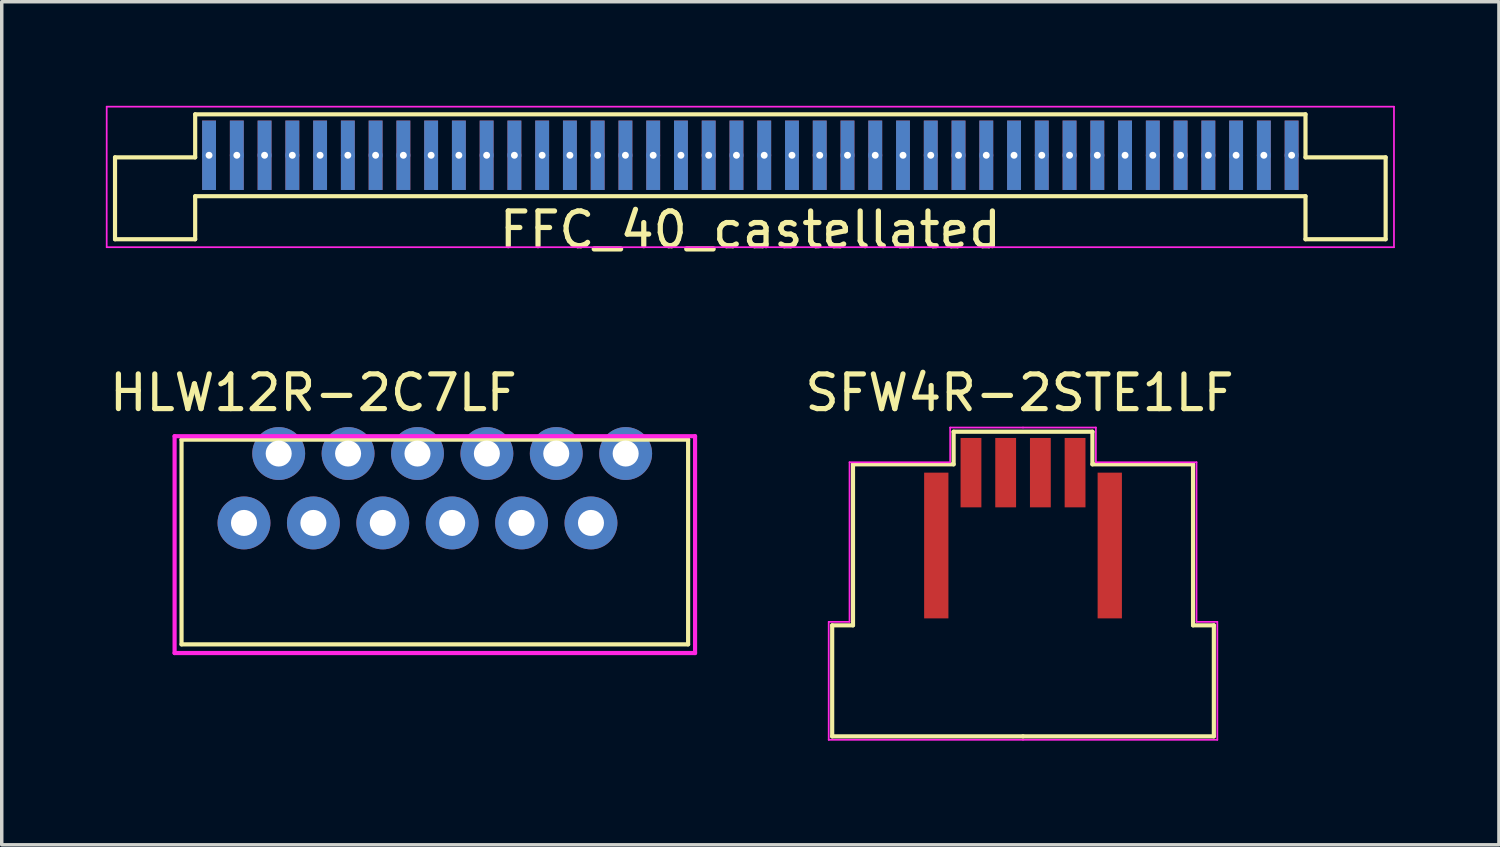
<source format=kicad_pcb>
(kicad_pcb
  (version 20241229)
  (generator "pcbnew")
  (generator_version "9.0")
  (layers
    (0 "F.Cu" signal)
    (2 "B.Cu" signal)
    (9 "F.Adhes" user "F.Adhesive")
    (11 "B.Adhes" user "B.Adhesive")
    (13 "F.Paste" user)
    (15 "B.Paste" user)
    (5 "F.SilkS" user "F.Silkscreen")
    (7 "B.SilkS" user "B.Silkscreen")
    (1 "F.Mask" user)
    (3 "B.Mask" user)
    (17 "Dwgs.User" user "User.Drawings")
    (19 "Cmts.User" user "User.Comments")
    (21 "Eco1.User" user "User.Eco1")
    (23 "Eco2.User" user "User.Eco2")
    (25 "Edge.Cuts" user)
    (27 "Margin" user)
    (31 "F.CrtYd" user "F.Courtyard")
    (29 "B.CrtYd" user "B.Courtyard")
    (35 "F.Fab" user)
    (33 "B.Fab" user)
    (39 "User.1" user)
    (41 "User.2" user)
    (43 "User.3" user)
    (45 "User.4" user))
  (footprint "FFC_40_castellated"
    (layer "F.Cu")
    (at 18.575 1.425)
    (property "Reference" "FFC_40_castellated" (at 0 2.15 0) (layer "F.SilkS") (effects (font (size 1 1) (thickness 0.15))))
    (attr smd)
    (fp_line (start -18.31 0.06) (end -16 0.06) (stroke (width 0.12) (type solid)) (layer "F.SilkS"))
    (fp_line (start -18.31 2.42) (end -18.31 0.06) (stroke (width 0.12) (type solid)) (layer "F.SilkS"))
    (fp_line (start -16 -1.18) (end 16 -1.18) (stroke (width 0.12) (type solid)) (layer "F.SilkS"))
    (fp_line (start -16 0.06) (end -16 -1.18) (stroke (width 0.12) (type solid)) (layer "F.SilkS"))
    (fp_line (start -16 1.18) (end -16 2.42) (stroke (width 0.12) (type solid)) (layer "F.SilkS"))
    (fp_line (start -16 1.18) (end 16 1.18) (stroke (width 0.12) (type solid)) (layer "F.SilkS"))
    (fp_line (start -16 2.42) (end -18.31 2.42) (stroke (width 0.12) (type solid)) (layer "F.SilkS"))
    (fp_line (start 16 0.06) (end 16 -1.18) (stroke (width 0.12) (type solid)) (layer "F.SilkS"))
    (fp_line (start 16 1.18) (end 16 2.42) (stroke (width 0.12) (type solid)) (layer "F.SilkS"))
    (fp_line (start 16 2.42) (end 18.31 2.42) (stroke (width 0.12) (type solid)) (layer "F.SilkS"))
    (fp_line (start 18.31 0.06) (end 16 0.06) (stroke (width 0.12) (type solid)) (layer "F.SilkS"))
    (fp_line (start 18.31 2.42) (end 18.31 0.06) (stroke (width 0.12) (type solid)) (layer "F.SilkS"))
    (fp_line (start -18.55 -1.4) (end -18.55 2.65) (stroke (width 0.05) (type solid)) (layer "F.CrtYd"))
    (fp_line (start -18.55 -1.4) (end 18.55 -1.4) (stroke (width 0.05) (type solid)) (layer "F.CrtYd"))
    (fp_line (start -18.55 2.65) (end 18.55 2.65) (stroke (width 0.05) (type solid)) (layer "F.CrtYd"))
    (fp_line (start 18.55 -1.4) (end 18.55 2.65) (stroke (width 0.05) (type solid)) (layer "F.CrtYd"))
    (pad "1" smd rect (at -15.6 0) (size 0.4 2) (layers "F.Cu" "F.Mask" "F.Paste"))
    (pad "1" smd rect (at -15.6 0) (size 0.4 2) (layers "B.Cu" "B.Mask" "B.Paste"))
    (pad "2" smd rect (at -14.8 0) (size 0.4 2) (layers "F.Cu" "F.Mask" "F.Paste"))
    (pad "2" smd rect (at -14.8 0) (size 0.4 2) (layers "B.Cu" "B.Mask" "B.Paste"))
    (pad "3" smd rect (at -14 0) (size 0.4 2) (layers "F.Cu" "F.Mask" "F.Paste"))
    (pad "3" smd rect (at -14 0) (size 0.4 2) (layers "B.Cu" "B.Mask" "B.Paste"))
    (pad "4" smd rect (at -13.2 0) (size 0.4 2) (layers "F.Cu" "F.Mask" "F.Paste"))
    (pad "4" smd rect (at -13.2 0) (size 0.4 2) (layers "B.Cu" "B.Mask" "B.Paste"))
    (pad "5" smd rect (at -12.4 0) (size 0.4 2) (layers "F.Cu" "F.Mask" "F.Paste"))
    (pad "5" smd rect (at -12.4 0) (size 0.4 2) (layers "B.Cu" "B.Mask" "B.Paste"))
    (pad "6" smd rect (at -11.6 0) (size 0.4 2) (layers "F.Cu" "F.Mask" "F.Paste"))
    (pad "6" smd rect (at -11.6 0) (size 0.4 2) (layers "B.Cu" "B.Mask" "B.Paste"))
    (pad "7" smd rect (at -10.8 0) (size 0.4 2) (layers "F.Cu" "F.Mask" "F.Paste"))
    (pad "7" smd rect (at -10.8 0) (size 0.4 2) (layers "B.Cu" "B.Mask" "B.Paste"))
    (pad "8" smd rect (at -10 0) (size 0.4 2) (layers "F.Cu" "F.Mask" "F.Paste"))
    (pad "8" smd rect (at -10 0) (size 0.4 2) (layers "B.Cu" "B.Mask" "B.Paste"))
    (pad "9" smd rect (at -9.2 0) (size 0.4 2) (layers "F.Cu" "F.Mask" "F.Paste"))
    (pad "9" smd rect (at -9.2 0) (size 0.4 2) (layers "B.Cu" "B.Mask" "B.Paste"))
    (pad "10" smd rect (at -8.4 0) (size 0.4 2) (layers "F.Cu" "F.Mask" "F.Paste"))
    (pad "10" smd rect (at -8.4 0) (size 0.4 2) (layers "B.Cu" "B.Mask" "B.Paste"))
    (pad "11" smd rect (at -7.6 0) (size 0.4 2) (layers "F.Cu" "F.Mask" "F.Paste"))
    (pad "11" smd rect (at -7.6 0) (size 0.4 2) (layers "B.Cu" "B.Mask" "B.Paste"))
    (pad "12" smd rect (at -6.8 0) (size 0.4 2) (layers "F.Cu" "F.Mask" "F.Paste"))
    (pad "12" smd rect (at -6.8 0) (size 0.4 2) (layers "B.Cu" "B.Mask" "B.Paste"))
    (pad "13" smd rect (at -6 0) (size 0.4 2) (layers "F.Cu" "F.Mask" "F.Paste"))
    (pad "13" smd rect (at -6 0) (size 0.4 2) (layers "B.Cu" "B.Mask" "B.Paste"))
    (pad "14" smd rect (at -5.2 0) (size 0.4 2) (layers "F.Cu" "F.Mask" "F.Paste"))
    (pad "14" smd rect (at -5.2 0) (size 0.4 2) (layers "B.Cu" "B.Mask" "B.Paste"))
    (pad "15" smd rect (at -4.4 0) (size 0.4 2) (layers "F.Cu" "F.Mask" "F.Paste"))
    (pad "15" smd rect (at -4.4 0) (size 0.4 2) (layers "B.Cu" "B.Mask" "B.Paste"))
    (pad "16" smd rect (at -3.6 0) (size 0.4 2) (layers "F.Cu" "F.Mask" "F.Paste"))
    (pad "16" smd rect (at -3.6 0) (size 0.4 2) (layers "B.Cu" "B.Mask" "B.Paste"))
    (pad "17" smd rect (at -2.8 0) (size 0.4 2) (layers "F.Cu" "F.Mask" "F.Paste"))
    (pad "17" smd rect (at -2.8 0) (size 0.4 2) (layers "B.Cu" "B.Mask" "B.Paste"))
    (pad "18" smd rect (at -2 0) (size 0.4 2) (layers "F.Cu" "F.Mask" "F.Paste"))
    (pad "18" smd rect (at -2 0) (size 0.4 2) (layers "B.Cu" "B.Mask" "B.Paste"))
    (pad "19" smd rect (at -1.2 0) (size 0.4 2) (layers "F.Cu" "F.Mask" "F.Paste"))
    (pad "19" smd rect (at -1.2 0) (size 0.4 2) (layers "B.Cu" "B.Mask" "B.Paste"))
    (pad "20" smd rect (at -0.4 0) (size 0.4 2) (layers "F.Cu" "F.Mask" "F.Paste"))
    (pad "20" smd rect (at -0.4 0) (size 0.4 2) (layers "B.Cu" "B.Mask" "B.Paste"))
    (pad "21" smd rect (at 0.4 0) (size 0.4 2) (layers "F.Cu" "F.Mask" "F.Paste"))
    (pad "21" smd rect (at 0.4 0) (size 0.4 2) (layers "B.Cu" "B.Mask" "B.Paste"))
    (pad "22" smd rect (at 1.2 0) (size 0.4 2) (layers "F.Cu" "F.Mask" "F.Paste"))
    (pad "22" smd rect (at 1.2 0) (size 0.4 2) (layers "B.Cu" "B.Mask" "B.Paste"))
    (pad "23" smd rect (at 2 0) (size 0.4 2) (layers "F.Cu" "F.Mask" "F.Paste"))
    (pad "23" smd rect (at 2 0) (size 0.4 2) (layers "B.Cu" "B.Mask" "B.Paste"))
    (pad "24" smd rect (at 2.8 0) (size 0.4 2) (layers "F.Cu" "F.Mask" "F.Paste"))
    (pad "24" smd rect (at 2.8 0) (size 0.4 2) (layers "B.Cu" "B.Mask" "B.Paste"))
    (pad "25" smd rect (at 3.6 0) (size 0.4 2) (layers "F.Cu" "F.Mask" "F.Paste"))
    (pad "25" smd rect (at 3.6 0) (size 0.4 2) (layers "B.Cu" "B.Mask" "B.Paste"))
    (pad "26" smd rect (at 4.4 0) (size 0.4 2) (layers "F.Cu" "F.Mask" "F.Paste"))
    (pad "26" smd rect (at 4.4 0) (size 0.4 2) (layers "B.Cu" "B.Mask" "B.Paste"))
    (pad "27" smd rect (at 5.2 0) (size 0.4 2) (layers "F.Cu" "F.Mask" "F.Paste"))
    (pad "27" smd rect (at 5.2 0) (size 0.4 2) (layers "B.Cu" "B.Mask" "B.Paste"))
    (pad "28" smd rect (at 6 0) (size 0.4 2) (layers "F.Cu" "F.Mask" "F.Paste"))
    (pad "28" smd rect (at 6 0) (size 0.4 2) (layers "B.Cu" "B.Mask" "B.Paste"))
    (pad "29" smd rect (at 6.8 0) (size 0.4 2) (layers "F.Cu" "F.Mask" "F.Paste"))
    (pad "29" smd rect (at 6.8 0) (size 0.4 2) (layers "B.Cu" "B.Mask" "B.Paste"))
    (pad "30" smd rect (at 7.6 0) (size 0.4 2) (layers "F.Cu" "F.Mask" "F.Paste"))
    (pad "30" smd rect (at 7.6 0) (size 0.4 2) (layers "B.Cu" "B.Mask" "B.Paste"))
    (pad "31" smd rect (at 8.4 0) (size 0.4 2) (layers "F.Cu" "F.Mask" "F.Paste"))
    (pad "31" smd rect (at 8.4 0) (size 0.4 2) (layers "B.Cu" "B.Mask" "B.Paste"))
    (pad "32" smd rect (at 9.2 0) (size 0.4 2) (layers "F.Cu" "F.Mask" "F.Paste"))
    (pad "32" smd rect (at 9.2 0) (size 0.4 2) (layers "B.Cu" "B.Mask" "B.Paste"))
    (pad "33" smd rect (at 10 0) (size 0.4 2) (layers "F.Cu" "F.Mask" "F.Paste"))
    (pad "33" smd rect (at 10 0) (size 0.4 2) (layers "B.Cu" "B.Mask" "B.Paste"))
    (pad "34" smd rect (at 10.8 0) (size 0.4 2) (layers "F.Cu" "F.Mask" "F.Paste"))
    (pad "34" smd rect (at 10.8 0) (size 0.4 2) (layers "B.Cu" "B.Mask" "B.Paste"))
    (pad "35" smd rect (at 11.6 0) (size 0.4 2) (layers "F.Cu" "F.Mask" "F.Paste"))
    (pad "35" smd rect (at 11.6 0) (size 0.4 2) (layers "B.Cu" "B.Mask" "B.Paste"))
    (pad "36" smd rect (at 12.4 0) (size 0.4 2) (layers "F.Cu" "F.Mask" "F.Paste"))
    (pad "36" smd rect (at 12.4 0) (size 0.4 2) (layers "B.Cu" "B.Mask" "B.Paste"))
    (pad "37" smd rect (at 13.2 0) (size 0.4 2) (layers "F.Cu" "F.Mask" "F.Paste"))
    (pad "37" smd rect (at 13.2 0) (size 0.4 2) (layers "B.Cu" "B.Mask" "B.Paste"))
    (pad "38" smd rect (at 14 0) (size 0.4 2) (layers "F.Cu" "F.Mask" "F.Paste"))
    (pad "38" smd rect (at 14 0) (size 0.4 2) (layers "B.Cu" "B.Mask" "B.Paste"))
    (pad "39" smd rect (at 14.8 0) (size 0.4 2) (layers "F.Cu" "F.Mask" "F.Paste"))
    (pad "39" smd rect (at 14.8 0) (size 0.4 2) (layers "B.Cu" "B.Mask" "B.Paste"))
    (pad "40" smd rect (at 15.6 0) (size 0.4 2) (layers "F.Cu" "F.Mask" "F.Paste"))
    (pad "40" smd rect (at 15.6 0) (size 0.4 2) (layers "B.Cu" "B.Mask" "B.Paste"))
    (pad "~" thru_hole circle (at -15.6 0) (size 0.4 0.4) (drill 0.2) (layers "*.Cu" "*.Mask"))
    (pad "~" thru_hole circle (at -14.8 0) (size 0.4 0.4) (drill 0.2) (layers "*.Cu" "*.Mask"))
    (pad "~" thru_hole circle (at -14 0) (size 0.4 0.4) (drill 0.2) (layers "*.Cu" "*.Mask"))
    (pad "~" thru_hole circle (at -13.2 0) (size 0.4 0.4) (drill 0.2) (layers "*.Cu" "*.Mask"))
    (pad "~" thru_hole circle (at -12.4 0) (size 0.4 0.4) (drill 0.2) (layers "*.Cu" "*.Mask"))
    (pad "~" thru_hole circle (at -11.6 0) (size 0.4 0.4) (drill 0.2) (layers "*.Cu" "*.Mask"))
    (pad "~" thru_hole circle (at -10.8 0) (size 0.4 0.4) (drill 0.2) (layers "*.Cu" "*.Mask"))
    (pad "~" thru_hole circle (at -10 0) (size 0.4 0.4) (drill 0.2) (layers "*.Cu" "*.Mask"))
    (pad "~" thru_hole circle (at -9.2 0) (size 0.4 0.4) (drill 0.2) (layers "*.Cu" "*.Mask"))
    (pad "~" thru_hole circle (at -8.4 0) (size 0.4 0.4) (drill 0.2) (layers "*.Cu" "*.Mask"))
    (pad "~" thru_hole circle (at -7.6 0) (size 0.4 0.4) (drill 0.2) (layers "*.Cu" "*.Mask"))
    (pad "~" thru_hole circle (at -6.8 0) (size 0.4 0.4) (drill 0.2) (layers "*.Cu" "*.Mask"))
    (pad "~" thru_hole circle (at -6 0) (size 0.4 0.4) (drill 0.2) (layers "*.Cu" "*.Mask"))
    (pad "~" thru_hole circle (at -5.2 0) (size 0.4 0.4) (drill 0.2) (layers "*.Cu" "*.Mask"))
    (pad "~" thru_hole circle (at -4.4 0) (size 0.4 0.4) (drill 0.2) (layers "*.Cu" "*.Mask"))
    (pad "~" thru_hole circle (at -3.6 0) (size 0.4 0.4) (drill 0.2) (layers "*.Cu" "*.Mask"))
    (pad "~" thru_hole circle (at -2.8 0) (size 0.4 0.4) (drill 0.2) (layers "*.Cu" "*.Mask"))
    (pad "~" thru_hole circle (at -2 0) (size 0.4 0.4) (drill 0.2) (layers "*.Cu" "*.Mask"))
    (pad "~" thru_hole circle (at -1.2 0) (size 0.4 0.4) (drill 0.2) (layers "*.Cu" "*.Mask"))
    (pad "~" thru_hole circle (at -0.4 0) (size 0.4 0.4) (drill 0.2) (layers "*.Cu" "*.Mask"))
    (pad "~" thru_hole circle (at 0.4 0) (size 0.4 0.4) (drill 0.2) (layers "*.Cu" "*.Mask"))
    (pad "~" thru_hole circle (at 1.2 0) (size 0.4 0.4) (drill 0.2) (layers "*.Cu" "*.Mask"))
    (pad "~" thru_hole circle (at 2 0) (size 0.4 0.4) (drill 0.2) (layers "*.Cu" "*.Mask"))
    (pad "~" thru_hole circle (at 2.8 0) (size 0.4 0.4) (drill 0.2) (layers "*.Cu" "*.Mask"))
    (pad "~" thru_hole circle (at 3.6 0) (size 0.4 0.4) (drill 0.2) (layers "*.Cu" "*.Mask"))
    (pad "~" thru_hole circle (at 4.4 0) (size 0.4 0.4) (drill 0.2) (layers "*.Cu" "*.Mask"))
    (pad "~" thru_hole circle (at 5.2 0) (size 0.4 0.4) (drill 0.2) (layers "*.Cu" "*.Mask"))
    (pad "~" thru_hole circle (at 6 0) (size 0.4 0.4) (drill 0.2) (layers "*.Cu" "*.Mask"))
    (pad "~" thru_hole circle (at 6.8 0) (size 0.4 0.4) (drill 0.2) (layers "*.Cu" "*.Mask"))
    (pad "~" thru_hole circle (at 7.6 0) (size 0.4 0.4) (drill 0.2) (layers "*.Cu" "*.Mask"))
    (pad "~" thru_hole circle (at 8.4 0) (size 0.4 0.4) (drill 0.2) (layers "*.Cu" "*.Mask"))
    (pad "~" thru_hole circle (at 9.2 0) (size 0.4 0.4) (drill 0.2) (layers "*.Cu" "*.Mask"))
    (pad "~" thru_hole circle (at 10 0) (size 0.4 0.4) (drill 0.2) (layers "*.Cu" "*.Mask"))
    (pad "~" thru_hole circle (at 10.8 0) (size 0.4 0.4) (drill 0.2) (layers "*.Cu" "*.Mask"))
    (pad "~" thru_hole circle (at 11.6 0) (size 0.4 0.4) (drill 0.2) (layers "*.Cu" "*.Mask"))
    (pad "~" thru_hole circle (at 12.4 0) (size 0.4 0.4) (drill 0.2) (layers "*.Cu" "*.Mask"))
    (pad "~" thru_hole circle (at 13.2 0) (size 0.4 0.4) (drill 0.2) (layers "*.Cu" "*.Mask"))
    (pad "~" thru_hole circle (at 14 0) (size 0.4 0.4) (drill 0.2) (layers "*.Cu" "*.Mask"))
    (pad "~" thru_hole circle (at 14.8 0) (size 0.4 0.4) (drill 0.2) (layers "*.Cu" "*.Mask"))
    (pad "~" thru_hole circle (at 15.6 0) (size 0.4 0.4) (drill 0.2) (layers "*.Cu" "*.Mask")))
  (footprint "HLW12R-2C7LF"
    (layer "F.Cu")
    (at 3.982 12.021)
    (property "Reference" "HLW12R-2C7LF" (at 2 -3.75 0) (layer "F.SilkS") (effects (font (size 1 1) (thickness 0.15))))
    (attr through_hole)
    (fp_line (start -1.8 -2.4) (end -1.8 3.5) (stroke (width 0.12) (type solid)) (layer "F.SilkS"))
    (fp_line (start -1.8 3.5) (end 12.8 3.5) (stroke (width 0.12) (type solid)) (layer "F.SilkS"))
    (fp_line (start 12.8 -2.4) (end -1.8 -2.4) (stroke (width 0.12) (type solid)) (layer "F.SilkS"))
    (fp_line (start 12.8 3.5) (end 12.8 -2.4) (stroke (width 0.12) (type solid)) (layer "F.SilkS"))
    (fp_line (start -2 -2.5) (end 13 -2.5) (stroke (width 0.12) (type solid)) (layer "F.CrtYd"))
    (fp_line (start -2 3.75) (end -2 -2.5) (stroke (width 0.12) (type solid)) (layer "F.CrtYd"))
    (fp_line (start 13 -2.5) (end 13 3.75) (stroke (width 0.12) (type solid)) (layer "F.CrtYd"))
    (fp_line (start 13 3.75) (end -2 3.75) (stroke (width 0.12) (type solid)) (layer "F.CrtYd"))
    (pad "1" thru_hole circle (at 0 0) (size 1.524 1.524) (drill 0.75) (layers "*.Cu" "*.Mask"))
    (pad "2" thru_hole circle (at 1 -2) (size 1.524 1.524) (drill 0.75) (layers "*.Cu" "*.Mask"))
    (pad "3" thru_hole circle (at 2 0) (size 1.524 1.524) (drill 0.75) (layers "*.Cu" "*.Mask"))
    (pad "4" thru_hole circle (at 3 -2) (size 1.524 1.524) (drill 0.75) (layers "*.Cu" "*.Mask"))
    (pad "5" thru_hole circle (at 4 0) (size 1.524 1.524) (drill 0.75) (layers "*.Cu" "*.Mask"))
    (pad "6" thru_hole circle (at 5 -2) (size 1.524 1.524) (drill 0.75) (layers "*.Cu" "*.Mask"))
    (pad "7" thru_hole circle (at 6 0) (size 1.524 1.524) (drill 0.75) (layers "*.Cu" "*.Mask"))
    (pad "8" thru_hole circle (at 7 -2) (size 1.524 1.524) (drill 0.75) (layers "*.Cu" "*.Mask"))
    (pad "9" thru_hole circle (at 8 0) (size 1.524 1.524) (drill 0.75) (layers "*.Cu" "*.Mask"))
    (pad "10" thru_hole circle (at 9 -2) (size 1.524 1.524) (drill 0.75) (layers "*.Cu" "*.Mask"))
    (pad "11" thru_hole circle (at 10 0) (size 1.524 1.524) (drill 0.75) (layers "*.Cu" "*.Mask"))
    (pad "12" thru_hole circle (at 11 -2) (size 1.524 1.524) (drill 0.75) (layers "*.Cu" "*.Mask")))
  (footprint "SFW4R-2STE1LF"
    (layer "F.Cu")
    (at 26.434 10.572)
    (property "Reference" "SFW4R-2STE1LF" (at -0.1 -2.3 0) (layer "F.SilkS") (effects (font (size 1 1) (thickness 0.15))))
    (attr smd)
    (fp_line (start -5.5 4.4) (end -5.5 7.6) (stroke (width 0.12) (type solid)) (layer "F.SilkS"))
    (fp_line (start -5.5 7.6) (end 0 7.6) (stroke (width 0.12) (type solid)) (layer "F.SilkS"))
    (fp_line (start -4.9 -0.24) (end -2 -0.24) (stroke (width 0.12) (type solid)) (layer "F.SilkS"))
    (fp_line (start -4.9 4.4) (end -5.5 4.4) (stroke (width 0.12) (type solid)) (layer "F.SilkS"))
    (fp_line (start -4.9 4.4) (end -4.9 -0.24) (stroke (width 0.12) (type solid)) (layer "F.SilkS"))
    (fp_line (start -2 -1.18) (end 2 -1.18) (stroke (width 0.12) (type solid)) (layer "F.SilkS"))
    (fp_line (start -2 -0.24) (end -2 -1.18) (stroke (width 0.12) (type solid)) (layer "F.SilkS"))
    (fp_line (start 2 -0.24) (end 2 -1.18) (stroke (width 0.12) (type solid)) (layer "F.SilkS"))
    (fp_line (start 4.9 -0.24) (end 2 -0.24) (stroke (width 0.12) (type solid)) (layer "F.SilkS"))
    (fp_line (start 4.9 4.4) (end 4.9 -0.24) (stroke (width 0.12) (type solid)) (layer "F.SilkS"))
    (fp_line (start 4.9 4.4) (end 5.5 4.4) (stroke (width 0.12) (type solid)) (layer "F.SilkS"))
    (fp_line (start 5.5 4.4) (end 5.5 7.6) (stroke (width 0.12) (type solid)) (layer "F.SilkS"))
    (fp_line (start 5.5 7.6) (end 0 7.6) (stroke (width 0.12) (type solid)) (layer "F.SilkS"))
    (fp_line (start -5.6 4.3) (end -5.6 7.7) (stroke (width 0.05) (type solid)) (layer "F.CrtYd"))
    (fp_line (start -5.6 7.7) (end 0 7.7) (stroke (width 0.05) (type solid)) (layer "F.CrtYd"))
    (fp_line (start -5 -0.3) (end -5 4.3) (stroke (width 0.05) (type solid)) (layer "F.CrtYd"))
    (fp_line (start -5 4.3) (end -5.6 4.3) (stroke (width 0.05) (type solid)) (layer "F.CrtYd"))
    (fp_line (start -2.1 -1.3) (end -2.1 -0.3) (stroke (width 0.05) (type solid)) (layer "F.CrtYd"))
    (fp_line (start -2.1 -0.3) (end -5 -0.3) (stroke (width 0.05) (type solid)) (layer "F.CrtYd"))
    (fp_line (start 0 -1.3) (end -2.1 -1.3) (stroke (width 0.05) (type solid)) (layer "F.CrtYd"))
    (fp_line (start 0 -1.3) (end 2.1 -1.3) (stroke (width 0.05) (type solid)) (layer "F.CrtYd"))
    (fp_line (start 2.1 -1.3) (end 2.1 -0.3) (stroke (width 0.05) (type solid)) (layer "F.CrtYd"))
    (fp_line (start 2.1 -0.3) (end 5 -0.3) (stroke (width 0.05) (type solid)) (layer "F.CrtYd"))
    (fp_line (start 5 -0.3) (end 5 4.3) (stroke (width 0.05) (type solid)) (layer "F.CrtYd"))
    (fp_line (start 5 4.3) (end 5.6 4.3) (stroke (width 0.05) (type solid)) (layer "F.CrtYd"))
    (fp_line (start 5.6 4.3) (end 5.6 7.7) (stroke (width 0.05) (type solid)) (layer "F.CrtYd"))
    (fp_line (start 5.6 7.7) (end 0 7.7) (stroke (width 0.05) (type solid)) (layer "F.CrtYd"))
    (pad "0" smd rect (at -2.5 2.1) (size 0.7 4.2) (layers "F.Cu" "F.Mask" "F.Paste"))
    (pad "0" smd rect (at 2.5 2.1) (size 0.7 4.2) (layers "F.Cu" "F.Mask" "F.Paste"))
    (pad "1" smd rect (at -1.5 0) (size 0.6 2) (layers "F.Cu" "F.Mask" "F.Paste"))
    (pad "2" smd rect (at -0.5 0) (size 0.6 2) (layers "F.Cu" "F.Mask" "F.Paste"))
    (pad "3" smd rect (at 0.5 0) (size 0.6 2) (layers "F.Cu" "F.Mask" "F.Paste"))
    (pad "4" smd rect (at 1.5 0) (size 0.6 2) (layers "F.Cu" "F.Mask" "F.Paste")))
  (gr_rect
    (start -3 -3)
    (end 40.15 21.297)
    (stroke (width 0.1) (type default))
    (fill no)
    (layer "Edge.Cuts")))
</source>
